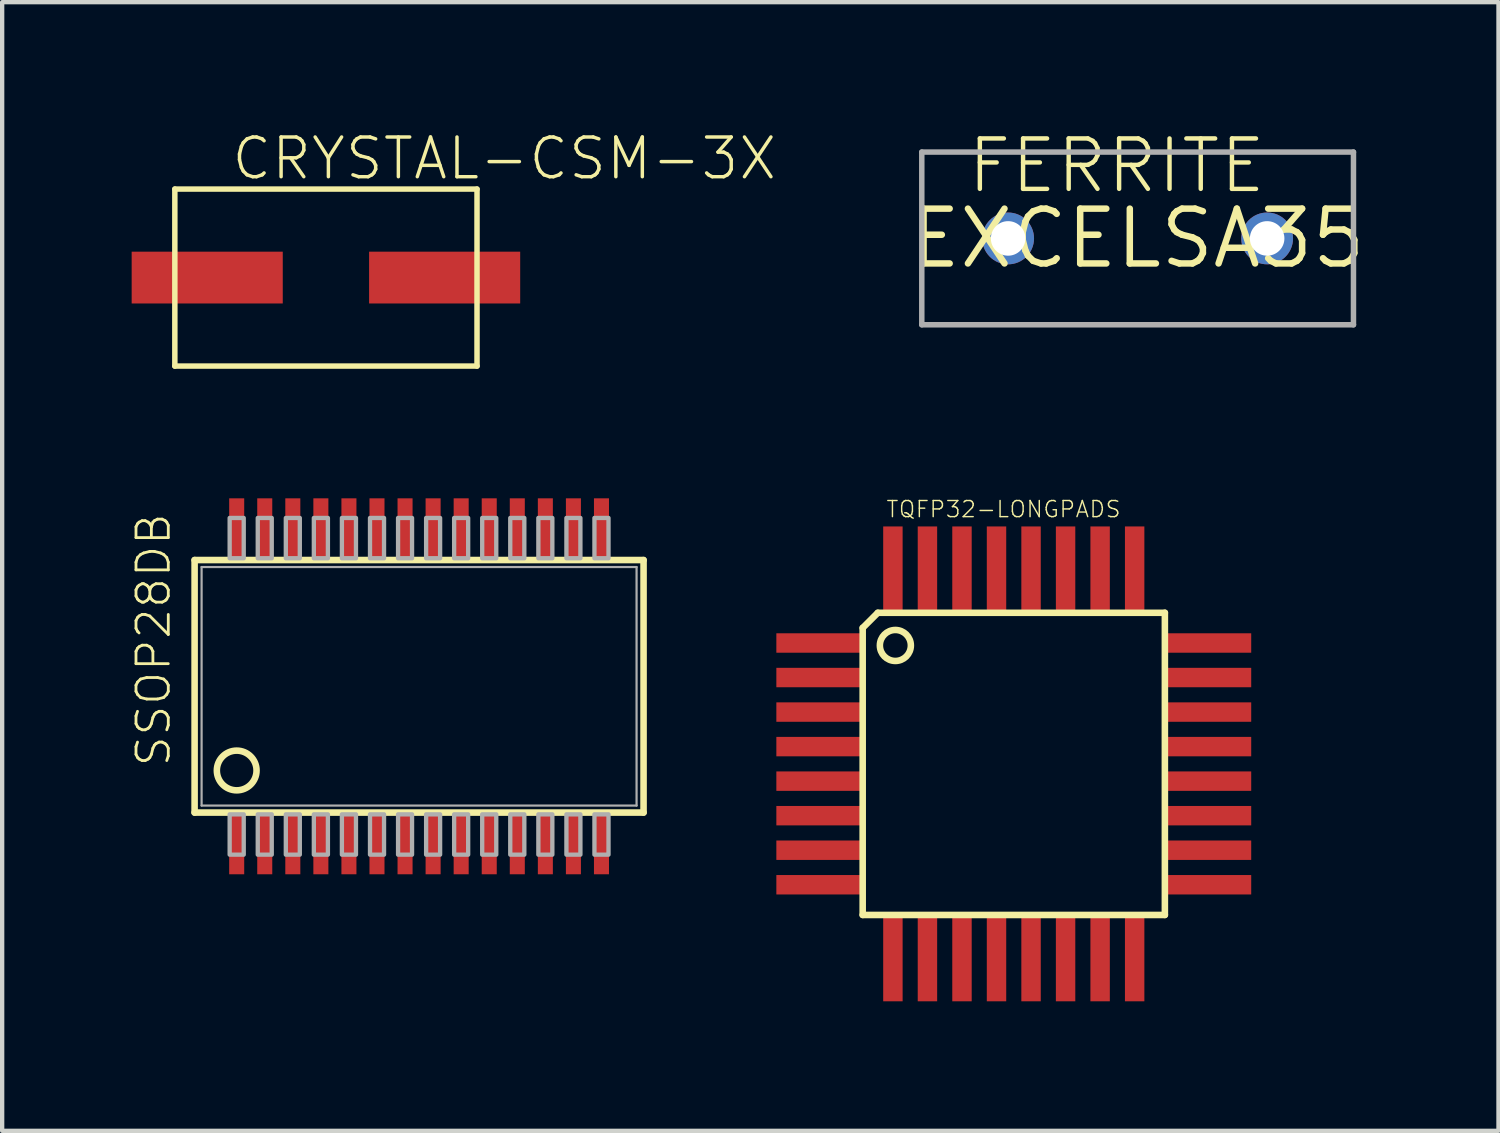
<source format=kicad_pcb>
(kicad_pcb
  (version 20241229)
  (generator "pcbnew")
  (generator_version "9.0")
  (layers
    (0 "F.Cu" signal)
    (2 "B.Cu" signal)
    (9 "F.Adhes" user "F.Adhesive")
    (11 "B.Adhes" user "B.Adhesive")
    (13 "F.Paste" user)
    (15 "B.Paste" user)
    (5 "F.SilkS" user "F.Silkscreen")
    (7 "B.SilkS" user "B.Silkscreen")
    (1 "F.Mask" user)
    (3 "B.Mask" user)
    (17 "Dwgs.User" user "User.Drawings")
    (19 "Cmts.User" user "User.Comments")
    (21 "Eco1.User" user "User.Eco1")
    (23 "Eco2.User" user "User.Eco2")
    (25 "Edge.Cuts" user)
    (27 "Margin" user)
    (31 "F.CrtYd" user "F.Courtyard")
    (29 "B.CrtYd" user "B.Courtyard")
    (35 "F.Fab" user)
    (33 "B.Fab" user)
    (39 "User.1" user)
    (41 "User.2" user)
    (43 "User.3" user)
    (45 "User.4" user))
  (footprint "SSOP28DB"
    (layer "F.Cu")
    (at 6.658 12.848)
    (property "Reference" "SSOP28DB" (at -5.715 1.905 90) (layer "F.SilkS") (effects (font (size 0.748 0.748) (thickness 0.065)) (justify left bottom)))
    (fp_line (start -5.2 -2.925) (end 5.2 -2.925) (stroke (width 0.152) (type solid)) (layer "F.SilkS"))
    (fp_line (start -5.2 2.925) (end -5.2 -2.925) (stroke (width 0.152) (type solid)) (layer "F.SilkS"))
    (fp_line (start 5.2 -2.925) (end 5.2 2.925) (stroke (width 0.152) (type solid)) (layer "F.SilkS"))
    (fp_line (start 5.2 2.925) (end -5.2 2.925) (stroke (width 0.152) (type solid)) (layer "F.SilkS"))
    (fp_circle (center -4.225 1.95) (end -3.765 1.95) (stroke (width 0.152) (type solid)) (fill no) (layer "F.SilkS"))
    (fp_line (start -5.038 -2.763) (end 5.038 -2.763) (stroke (width 0.051) (type solid)) (layer "F.Fab"))
    (fp_line (start -5.038 2.763) (end -5.038 -2.763) (stroke (width 0.051) (type solid)) (layer "F.Fab"))
    (fp_line (start 5.038 -2.763) (end 5.038 2.763) (stroke (width 0.051) (type solid)) (layer "F.Fab"))
    (fp_line (start 5.038 2.763) (end -5.038 2.763) (stroke (width 0.051) (type solid)) (layer "F.Fab"))
    (fp_poly (pts (xy -4.388 -2.966) (xy -4.062 -2.966) (xy -4.062 -3.9) (xy -4.388 -3.9)) (stroke (width 0.1) (type solid)) (fill no) (layer "F.Fab"))
    (fp_poly (pts (xy -4.388 3.9) (xy -4.062 3.9) (xy -4.062 2.966) (xy -4.388 2.966)) (stroke (width 0.1) (type solid)) (fill no) (layer "F.Fab"))
    (fp_poly (pts (xy -3.737 -2.966) (xy -3.413 -2.966) (xy -3.413 -3.9) (xy -3.737 -3.9)) (stroke (width 0.1) (type solid)) (fill no) (layer "F.Fab"))
    (fp_poly (pts (xy -3.737 3.9) (xy -3.413 3.9) (xy -3.413 2.966) (xy -3.737 2.966)) (stroke (width 0.1) (type solid)) (fill no) (layer "F.Fab"))
    (fp_poly (pts (xy -3.087 -2.966) (xy -2.763 -2.966) (xy -2.763 -3.9) (xy -3.087 -3.9)) (stroke (width 0.1) (type solid)) (fill no) (layer "F.Fab"))
    (fp_poly (pts (xy -3.087 3.9) (xy -2.763 3.9) (xy -2.763 2.966) (xy -3.087 2.966)) (stroke (width 0.1) (type solid)) (fill no) (layer "F.Fab"))
    (fp_poly (pts (xy -2.438 -2.966) (xy -2.112 -2.966) (xy -2.112 -3.9) (xy -2.438 -3.9)) (stroke (width 0.1) (type solid)) (fill no) (layer "F.Fab"))
    (fp_poly (pts (xy -2.438 3.9) (xy -2.112 3.9) (xy -2.112 2.966) (xy -2.438 2.966)) (stroke (width 0.1) (type solid)) (fill no) (layer "F.Fab"))
    (fp_poly (pts (xy -1.788 -2.966) (xy -1.462 -2.966) (xy -1.462 -3.9) (xy -1.788 -3.9)) (stroke (width 0.1) (type solid)) (fill no) (layer "F.Fab"))
    (fp_poly (pts (xy -1.788 3.9) (xy -1.462 3.9) (xy -1.462 2.966) (xy -1.788 2.966)) (stroke (width 0.1) (type solid)) (fill no) (layer "F.Fab"))
    (fp_poly (pts (xy -1.137 -2.966) (xy -0.812 -2.966) (xy -0.812 -3.9) (xy -1.137 -3.9)) (stroke (width 0.1) (type solid)) (fill no) (layer "F.Fab"))
    (fp_poly (pts (xy -1.137 3.9) (xy -0.812 3.9) (xy -0.812 2.966) (xy -1.137 2.966)) (stroke (width 0.1) (type solid)) (fill no) (layer "F.Fab"))
    (fp_poly (pts (xy -0.487 -2.966) (xy -0.163 -2.966) (xy -0.163 -3.9) (xy -0.487 -3.9)) (stroke (width 0.1) (type solid)) (fill no) (layer "F.Fab"))
    (fp_poly (pts (xy -0.487 3.9) (xy -0.163 3.9) (xy -0.163 2.966) (xy -0.487 2.966)) (stroke (width 0.1) (type solid)) (fill no) (layer "F.Fab"))
    (fp_poly (pts (xy 0.163 -2.966) (xy 0.487 -2.966) (xy 0.487 -3.9) (xy 0.163 -3.9)) (stroke (width 0.1) (type solid)) (fill no) (layer "F.Fab"))
    (fp_poly (pts (xy 0.163 3.9) (xy 0.487 3.9) (xy 0.487 2.966) (xy 0.163 2.966)) (stroke (width 0.1) (type solid)) (fill no) (layer "F.Fab"))
    (fp_poly (pts (xy 0.812 -2.966) (xy 1.137 -2.966) (xy 1.137 -3.9) (xy 0.812 -3.9)) (stroke (width 0.1) (type solid)) (fill no) (layer "F.Fab"))
    (fp_poly (pts (xy 0.812 3.9) (xy 1.137 3.9) (xy 1.137 2.966) (xy 0.812 2.966)) (stroke (width 0.1) (type solid)) (fill no) (layer "F.Fab"))
    (fp_poly (pts (xy 1.462 -2.966) (xy 1.788 -2.966) (xy 1.788 -3.9) (xy 1.462 -3.9)) (stroke (width 0.1) (type solid)) (fill no) (layer "F.Fab"))
    (fp_poly (pts (xy 1.462 3.9) (xy 1.788 3.9) (xy 1.788 2.966) (xy 1.462 2.966)) (stroke (width 0.1) (type solid)) (fill no) (layer "F.Fab"))
    (fp_poly (pts (xy 2.112 -2.966) (xy 2.438 -2.966) (xy 2.438 -3.9) (xy 2.112 -3.9)) (stroke (width 0.1) (type solid)) (fill no) (layer "F.Fab"))
    (fp_poly (pts (xy 2.112 3.9) (xy 2.438 3.9) (xy 2.438 2.966) (xy 2.112 2.966)) (stroke (width 0.1) (type solid)) (fill no) (layer "F.Fab"))
    (fp_poly (pts (xy 2.763 -2.966) (xy 3.087 -2.966) (xy 3.087 -3.9) (xy 2.763 -3.9)) (stroke (width 0.1) (type solid)) (fill no) (layer "F.Fab"))
    (fp_poly (pts (xy 2.763 3.9) (xy 3.087 3.9) (xy 3.087 2.966) (xy 2.763 2.966)) (stroke (width 0.1) (type solid)) (fill no) (layer "F.Fab"))
    (fp_poly (pts (xy 3.413 -2.966) (xy 3.737 -2.966) (xy 3.737 -3.9) (xy 3.413 -3.9)) (stroke (width 0.1) (type solid)) (fill no) (layer "F.Fab"))
    (fp_poly (pts (xy 3.413 3.9) (xy 3.737 3.9) (xy 3.737 2.966) (xy 3.413 2.966)) (stroke (width 0.1) (type solid)) (fill no) (layer "F.Fab"))
    (fp_poly (pts (xy 4.062 -2.966) (xy 4.388 -2.966) (xy 4.388 -3.9) (xy 4.062 -3.9)) (stroke (width 0.1) (type solid)) (fill no) (layer "F.Fab"))
    (fp_poly (pts (xy 4.062 3.9) (xy 4.388 3.9) (xy 4.388 2.966) (xy 4.062 2.966)) (stroke (width 0.1) (type solid)) (fill no) (layer "F.Fab"))
    (pad "1" smd rect (at -4.225 3.656) (size 0.348 1.397) (layers "F.Cu" "F.Mask" "F.Paste"))
    (pad "2" smd rect (at -3.575 3.656) (size 0.348 1.397) (layers "F.Cu" "F.Mask" "F.Paste"))
    (pad "3" smd rect (at -2.925 3.656) (size 0.348 1.397) (layers "F.Cu" "F.Mask" "F.Paste"))
    (pad "4" smd rect (at -2.275 3.656) (size 0.348 1.397) (layers "F.Cu" "F.Mask" "F.Paste"))
    (pad "5" smd rect (at -1.625 3.656) (size 0.348 1.397) (layers "F.Cu" "F.Mask" "F.Paste"))
    (pad "6" smd rect (at -0.975 3.656) (size 0.348 1.397) (layers "F.Cu" "F.Mask" "F.Paste"))
    (pad "7" smd rect (at -0.325 3.656) (size 0.348 1.397) (layers "F.Cu" "F.Mask" "F.Paste"))
    (pad "8" smd rect (at 0.325 3.656) (size 0.348 1.397) (layers "F.Cu" "F.Mask" "F.Paste"))
    (pad "9" smd rect (at 0.975 3.656) (size 0.348 1.397) (layers "F.Cu" "F.Mask" "F.Paste"))
    (pad "10" smd rect (at 1.625 3.656) (size 0.348 1.397) (layers "F.Cu" "F.Mask" "F.Paste"))
    (pad "11" smd rect (at 2.275 3.656) (size 0.348 1.397) (layers "F.Cu" "F.Mask" "F.Paste"))
    (pad "12" smd rect (at 2.925 3.656) (size 0.348 1.397) (layers "F.Cu" "F.Mask" "F.Paste"))
    (pad "13" smd rect (at 3.575 3.656) (size 0.348 1.397) (layers "F.Cu" "F.Mask" "F.Paste"))
    (pad "14" smd rect (at 4.225 3.656) (size 0.348 1.397) (layers "F.Cu" "F.Mask" "F.Paste"))
    (pad "15" smd rect (at 4.225 -3.656) (size 0.348 1.397) (layers "F.Cu" "F.Mask" "F.Paste"))
    (pad "16" smd rect (at 3.575 -3.656) (size 0.348 1.397) (layers "F.Cu" "F.Mask" "F.Paste"))
    (pad "17" smd rect (at 2.925 -3.656) (size 0.348 1.397) (layers "F.Cu" "F.Mask" "F.Paste"))
    (pad "18" smd rect (at 2.275 -3.656) (size 0.348 1.397) (layers "F.Cu" "F.Mask" "F.Paste"))
    (pad "19" smd rect (at 1.625 -3.656) (size 0.348 1.397) (layers "F.Cu" "F.Mask" "F.Paste"))
    (pad "20" smd rect (at 0.975 -3.656) (size 0.348 1.397) (layers "F.Cu" "F.Mask" "F.Paste"))
    (pad "21" smd rect (at 0.325 -3.656) (size 0.348 1.397) (layers "F.Cu" "F.Mask" "F.Paste"))
    (pad "22" smd rect (at -0.325 -3.656) (size 0.348 1.397) (layers "F.Cu" "F.Mask" "F.Paste"))
    (pad "23" smd rect (at -0.975 -3.656) (size 0.348 1.397) (layers "F.Cu" "F.Mask" "F.Paste"))
    (pad "24" smd rect (at -1.625 -3.656) (size 0.348 1.397) (layers "F.Cu" "F.Mask" "F.Paste"))
    (pad "25" smd rect (at -2.275 -3.656) (size 0.348 1.397) (layers "F.Cu" "F.Mask" "F.Paste"))
    (pad "26" smd rect (at -2.925 -3.656) (size 0.348 1.397) (layers "F.Cu" "F.Mask" "F.Paste"))
    (pad "27" smd rect (at -3.575 -3.656) (size 0.348 1.397) (layers "F.Cu" "F.Mask" "F.Paste"))
    (pad "28" smd rect (at -4.225 -3.656) (size 0.348 1.397) (layers "F.Cu" "F.Mask" "F.Paste")))
  (footprint "EXCELSA35"
    (layer "F.Cu")
    (at 23.303 2.473)
    (property "Reference" "EXCELSA35" (at 0 0 0) (layer "F.SilkS") (effects (font (size 1.27 1.27) (thickness 0.15))))
    (fp_line (start -5 -2) (end 5 -2) (stroke (width 0.127) (type solid)) (layer "F.Fab"))
    (fp_line (start -5 2) (end -5 -2) (stroke (width 0.127) (type solid)) (layer "F.Fab"))
    (fp_line (start 5 -2) (end 5 2) (stroke (width 0.127) (type solid)) (layer "F.Fab"))
    (fp_line (start 5 2) (end -5 2) (stroke (width 0.127) (type solid)) (layer "F.Fab"))
    (fp_text user "FERRITE" (at -4 -1 0) (layer "F.SilkS") (effects (font (size 1.168 1.168) (thickness 0.102)) (justify left bottom)))
    (pad "P1" thru_hole circle (at -3 0) (size 1.2 1.2) (drill 0.8) (layers "*.Cu" "*.Mask"))
    (pad "P2" thru_hole circle (at 3 0) (size 1.2 1.2) (drill 0.8) (layers "*.Cu" "*.Mask")))
  (footprint "TQFP32-LONGPADS"
    (layer "F.Cu")
    (at 20.434 14.645)
    (property "Reference" "TQFP32-LONGPADS" (at -2.975 -5.68 0) (layer "F.SilkS") (effects (font (size 0.374 0.374) (thickness 0.033)) (justify left bottom)))
    (fp_line (start -3.5 3.5) (end -3.5 -3.15) (stroke (width 0.152) (type solid)) (layer "F.SilkS"))
    (fp_line (start -3.15 -3.5) (end -3.5 -3.15) (stroke (width 0.152) (type solid)) (layer "F.SilkS"))
    (fp_line (start -3.15 -3.5) (end 3.5 -3.5) (stroke (width 0.152) (type solid)) (layer "F.SilkS"))
    (fp_line (start 3.5 -3.5) (end 3.5 3.5) (stroke (width 0.152) (type solid)) (layer "F.SilkS"))
    (fp_line (start 3.5 3.5) (end -3.5 3.5) (stroke (width 0.152) (type solid)) (layer "F.SilkS"))
    (fp_circle (center -2.743 -2.743) (end -2.384 -2.743) (stroke (width 0.152) (type solid)) (fill no) (layer "F.SilkS"))
    (pad "1" smd rect (at -4.5 -2.8) (size 2 0.45) (layers "F.Cu" "F.Mask" "F.Paste"))
    (pad "2" smd rect (at -4.5 -2) (size 2 0.45) (layers "F.Cu" "F.Mask" "F.Paste"))
    (pad "3" smd rect (at -4.5 -1.2) (size 2 0.45) (layers "F.Cu" "F.Mask" "F.Paste"))
    (pad "4" smd rect (at -4.5 -0.4) (size 2 0.45) (layers "F.Cu" "F.Mask" "F.Paste"))
    (pad "5" smd rect (at -4.5 0.4) (size 2 0.45) (layers "F.Cu" "F.Mask" "F.Paste"))
    (pad "6" smd rect (at -4.5 1.2) (size 2 0.45) (layers "F.Cu" "F.Mask" "F.Paste"))
    (pad "7" smd rect (at -4.5 2) (size 2 0.45) (layers "F.Cu" "F.Mask" "F.Paste"))
    (pad "8" smd rect (at -4.5 2.8) (size 2 0.45) (layers "F.Cu" "F.Mask" "F.Paste"))
    (pad "9" smd rect (at -2.8 4.5) (size 0.45 2) (layers "F.Cu" "F.Mask" "F.Paste"))
    (pad "10" smd rect (at -2 4.5) (size 0.45 2) (layers "F.Cu" "F.Mask" "F.Paste"))
    (pad "11" smd rect (at -1.2 4.5) (size 0.45 2) (layers "F.Cu" "F.Mask" "F.Paste"))
    (pad "12" smd rect (at -0.4 4.5) (size 0.45 2) (layers "F.Cu" "F.Mask" "F.Paste"))
    (pad "13" smd rect (at 0.4 4.5) (size 0.45 2) (layers "F.Cu" "F.Mask" "F.Paste"))
    (pad "14" smd rect (at 1.2 4.5) (size 0.45 2) (layers "F.Cu" "F.Mask" "F.Paste"))
    (pad "15" smd rect (at 2 4.5) (size 0.45 2) (layers "F.Cu" "F.Mask" "F.Paste"))
    (pad "16" smd rect (at 2.8 4.5) (size 0.45 2) (layers "F.Cu" "F.Mask" "F.Paste"))
    (pad "17" smd rect (at 4.5 2.8) (size 2 0.45) (layers "F.Cu" "F.Mask" "F.Paste"))
    (pad "18" smd rect (at 4.5 2) (size 2 0.45) (layers "F.Cu" "F.Mask" "F.Paste"))
    (pad "19" smd rect (at 4.5 1.2) (size 2 0.45) (layers "F.Cu" "F.Mask" "F.Paste"))
    (pad "20" smd rect (at 4.5 0.4) (size 2 0.45) (layers "F.Cu" "F.Mask" "F.Paste"))
    (pad "21" smd rect (at 4.5 -0.4) (size 2 0.45) (layers "F.Cu" "F.Mask" "F.Paste"))
    (pad "22" smd rect (at 4.5 -1.2) (size 2 0.45) (layers "F.Cu" "F.Mask" "F.Paste"))
    (pad "23" smd rect (at 4.5 -2) (size 2 0.45) (layers "F.Cu" "F.Mask" "F.Paste"))
    (pad "24" smd rect (at 4.5 -2.8) (size 2 0.45) (layers "F.Cu" "F.Mask" "F.Paste"))
    (pad "25" smd rect (at 2.8 -4.5) (size 0.45 2) (layers "F.Cu" "F.Mask" "F.Paste"))
    (pad "26" smd rect (at 2 -4.5) (size 0.45 2) (layers "F.Cu" "F.Mask" "F.Paste"))
    (pad "27" smd rect (at 1.2 -4.5) (size 0.45 2) (layers "F.Cu" "F.Mask" "F.Paste"))
    (pad "28" smd rect (at 0.4 -4.5) (size 0.45 2) (layers "F.Cu" "F.Mask" "F.Paste"))
    (pad "29" smd rect (at -0.4 -4.5) (size 0.45 2) (layers "F.Cu" "F.Mask" "F.Paste"))
    (pad "30" smd rect (at -1.2 -4.5) (size 0.45 2) (layers "F.Cu" "F.Mask" "F.Paste"))
    (pad "31" smd rect (at -2 -4.5) (size 0.45 2) (layers "F.Cu" "F.Mask" "F.Paste"))
    (pad "32" smd rect (at -2.8 -4.5) (size 0.45 2) (layers "F.Cu" "F.Mask" "F.Paste")))
  (footprint "CRYSTAL-CSM-3X"
    (layer "F.Cu")
    (at 4.5 3.38)
    (property "Reference" "CRYSTAL-CSM-3X" (at -2.23 -2.22 0) (layer "F.SilkS") (effects (font (size 0.92 0.92) (thickness 0.08)) (justify left bottom)))
    (fp_line (start -3.5 -2.05) (end 3.5 -2.05) (stroke (width 0.127) (type solid)) (layer "F.SilkS"))
    (fp_line (start -3.5 2.05) (end -3.5 -2.05) (stroke (width 0.127) (type solid)) (layer "F.SilkS"))
    (fp_line (start 3.5 -2.05) (end 3.5 2.05) (stroke (width 0.127) (type solid)) (layer "F.SilkS"))
    (fp_line (start 3.5 2.05) (end -3.5 2.05) (stroke (width 0.127) (type solid)) (layer "F.SilkS"))
    (pad "1" smd rect (at -2.75 0) (size 3.5 1.2) (layers "F.Cu" "F.Mask" "F.Paste"))
    (pad "2" smd rect (at 2.75 0) (size 3.5 1.2) (layers "F.Cu" "F.Mask" "F.Paste")))
  (gr_rect
    (start -3 -3)
    (end 31.662 23.145)
    (stroke (width 0.1) (type default))
    (fill no)
    (layer "Edge.Cuts")))
</source>
